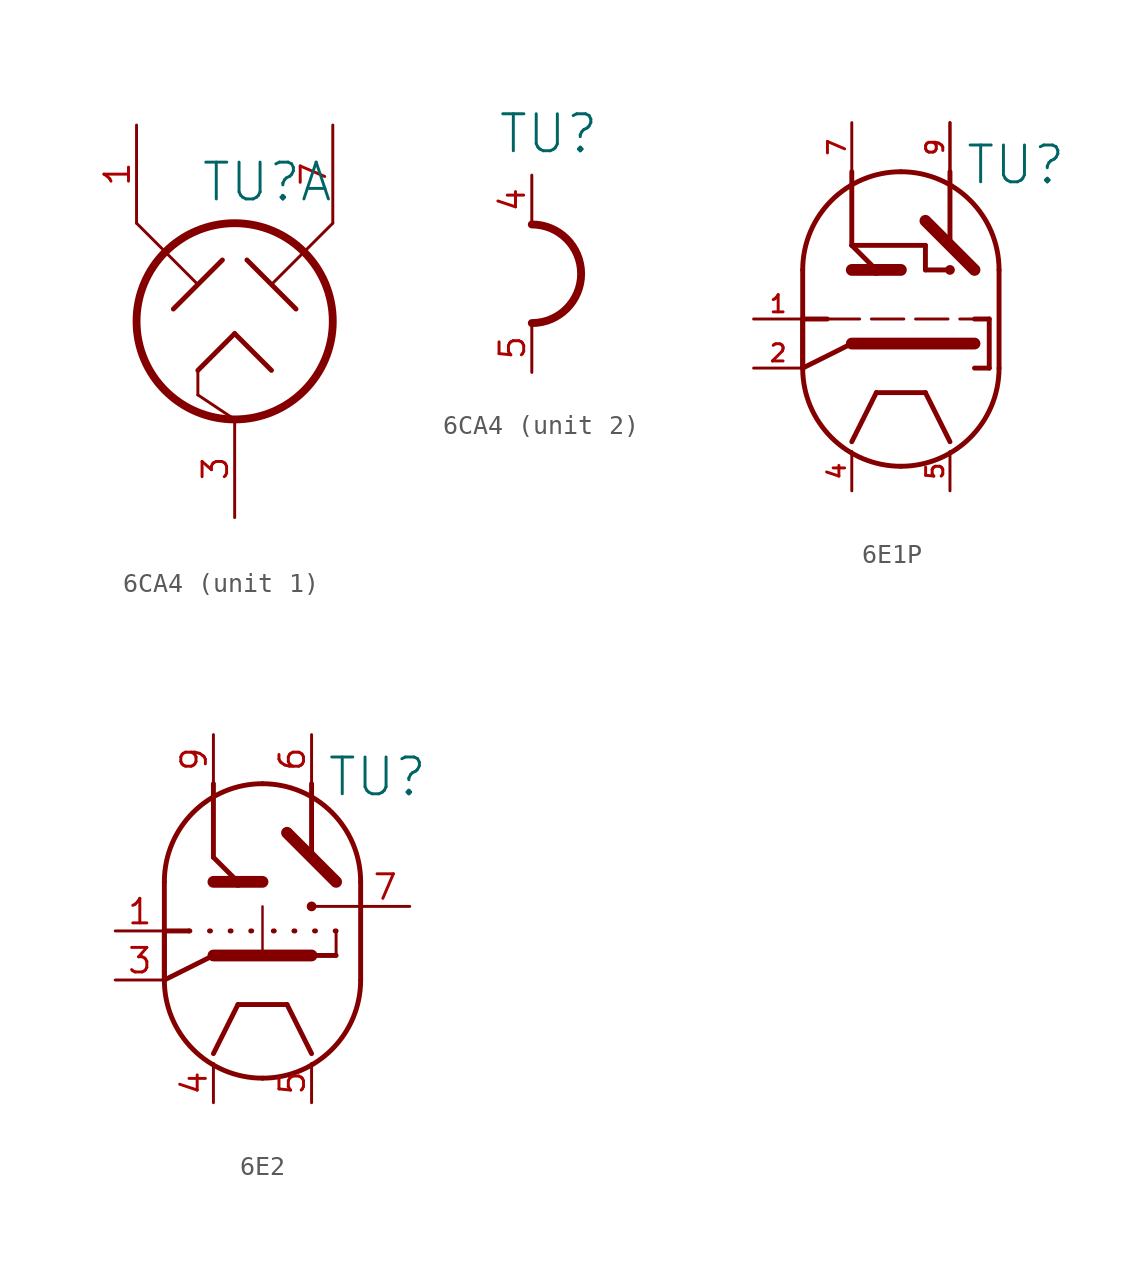
<source format=kicad_sym>
(kicad_symbol_lib
  (version 20231120)
  (generator "kicad_symbol_editor")
  (generator_version "8.0")
  (symbol "6CA4"
    (pin_names hide)
    (property "Reference" "TU"
      (at -1.778 6.096 0)
      (effects (font (size 1.905 1.905)) (justify left bottom)))
    (property "ki_locked" ""
      (at 0 0 0)
      (effects (font (size 1.27 1.27))))
    (symbol "6CA4_1_0"
      (polyline (pts (xy -5.08 5.08) (xy -1.905 1.905)) (stroke (width 0.152) (type solid)) (fill (type none)))
      (polyline (pts (xy -3.175 0.635) (xy -0.635 3.175)) (stroke (width 0.254) (type solid)) (fill (type none)))
      (polyline (pts (xy -1.905 -3.81) (xy 0 -5.08)) (stroke (width 0.152) (type solid)) (fill (type none)))
      (polyline (pts (xy -1.905 -2.54) (xy -1.905 -3.81)) (stroke (width 0.152) (type solid)) (fill (type none)))
      (polyline (pts (xy -1.905 -2.54) (xy 0 -0.635)) (stroke (width 0.254) (type solid)) (fill (type none)))
      (polyline (pts (xy 0 -0.635) (xy 1.905 -2.54)) (stroke (width 0.254) (type solid)) (fill (type none)))
      (polyline (pts (xy 1.905 1.905) (xy 5.08 5.08)) (stroke (width 0.152) (type solid)) (fill (type none)))
      (polyline (pts (xy 3.175 0.635) (xy 0.635 3.175)) (stroke (width 0.254) (type solid)) (fill (type none)))
      (circle (center 0 0) (radius 5.08) (stroke (width 0.406) (type solid)) (fill (type none)))
      (pin power_in line (at -5.08 10.16 270) (length 5.08) (name "TA1" (effects (font (size 1.27 1.27)))) (number "1" (effects (font (size 1.27 1.27)))))
      (pin power_out line (at 0 -10.16 90) (length 5.08) (name "TK" (effects (font (size 1.27 1.27)))) (number "3" (effects (font (size 1.27 1.27)))))
      (pin power_in line (at 5.08 10.16 270) (length 5.08) (name "TA2" (effects (font (size 1.27 1.27)))) (number "7" (effects (font (size 1.27 1.27))))))
    (symbol "6CA4_2_0"
      (arc (start 0 -2.54) (mid 2.54 0) (end 0 2.54) (stroke (width 0.4064) (type solid)) (fill (type none)))
      (pin power_in line (at 0 5.08 270) (length 2.54) (name "H1" (effects (font (size 0 0)))) (number "4" (effects (font (size 1.27 1.27)))))
      (pin power_in line (at 0 -5.08 90) (length 2.54) (name "H2" (effects (font (size 0 0)))) (number "5" (effects (font (size 1.27 1.27)))))))
  (symbol "6E1P"
    (pin_names hide)
    (property "Reference" "TU"
      (at 3.302 6.858 0)
      (effects (font (size 1.905 1.905)) (justify left bottom)))
    (symbol "6E1P_0_1"
      (polyline (pts (xy -3.81 0) (xy 3.81 0)) (stroke (width 0) (type dash)) (fill (type none))))
    (symbol "6E1P_1_0"
      (polyline (pts (xy -5.08 -2.54) (xy -2.54 -1.27)) (stroke (width 0.254) (type solid)) (fill (type none)))
      (polyline (pts (xy -5.08 0) (xy -5.08 -2.54)) (stroke (width 0.254) (type solid)) (fill (type none)))
      (polyline (pts (xy -5.08 0) (xy -3.81 0)) (stroke (width 0.254) (type solid)) (fill (type none)))
      (polyline (pts (xy -5.08 2.54) (xy -5.08 -2.54)) (stroke (width 0.254) (type solid)) (fill (type none)))
      (polyline (pts (xy -2.54 -6.35) (xy -1.27 -3.81)) (stroke (width 0.254) (type solid)) (fill (type none)))
      (polyline (pts (xy -2.54 -1.27) (xy 3.81 -1.27)) (stroke (width 0.61) (type solid)) (fill (type none)))
      (polyline (pts (xy -2.54 2.54) (xy -1.27 2.54)) (stroke (width 0.61) (type solid)) (fill (type none)))
      (polyline (pts (xy -2.54 3.81) (xy -2.54 7.62)) (stroke (width 0.254) (type solid)) (fill (type none)))
      (polyline (pts (xy -2.54 3.81) (xy 1.27 3.81)) (stroke (width 0.254) (type solid)) (fill (type none)))
      (polyline (pts (xy -1.27 -3.81) (xy 1.27 -3.81)) (stroke (width 0.254) (type solid)) (fill (type none)))
      (polyline (pts (xy -1.27 2.54) (xy -2.54 3.81)) (stroke (width 0.254) (type solid)) (fill (type none)))
      (polyline (pts (xy -1.27 2.54) (xy 0 2.54)) (stroke (width 0.61) (type solid)) (fill (type none)))
      (polyline (pts (xy 1.27 -3.81) (xy 2.54 -6.35)) (stroke (width 0.254) (type solid)) (fill (type none)))
      (polyline (pts (xy 1.27 2.54) (xy 2.54 2.54)) (stroke (width 0.254) (type solid)) (fill (type none)))
      (polyline (pts (xy 1.27 3.81) (xy 1.27 2.54)) (stroke (width 0.254) (type solid)) (fill (type none)))
      (polyline (pts (xy 1.27 5.08) (xy 3.81 2.54)) (stroke (width 0.61) (type solid)) (fill (type none)))
      (polyline (pts (xy 2.54 7.62) (xy 2.54 3.81)) (stroke (width 0.254) (type solid)) (fill (type none)))
      (polyline (pts (xy 3.81 -2.54) (xy 4.572 -2.54)) (stroke (width 0.254) (type solid)) (fill (type none)))
      (polyline (pts (xy 4.572 -2.54) (xy 4.572 0)) (stroke (width 0.254) (type solid)) (fill (type none)))
      (polyline (pts (xy 4.572 0) (xy 3.81 0)) (stroke (width 0.254) (type solid)) (fill (type none)))
      (polyline (pts (xy 5.08 2.54) (xy 5.08 -2.54)) (stroke (width 0.254) (type solid)) (fill (type none)))
      (circle (center 2.54 2.54) (radius 0.127) (stroke (width 0.254) (type solid)) (fill (type none)))
      (pin input line (at -7.62 0 0) (length 2.54) (name "G" (effects (font (size 0.889 0.889)))) (number "1" (effects (font (size 0.889 0.889)))))
      (pin bidirectional line (at -7.62 -2.54 0) (length 2.54) (name "K" (effects (font (size 0.889 0.889)))) (number "2" (effects (font (size 0.889 0.889)))))
      (pin power_in line (at -2.54 -8.89 90) (length 2.032) (name "FIL2" (effects (font (size 0.889 0.889)))) (number "4" (effects (font (size 0.889 0.889)))))
      (pin power_in line (at 2.54 -8.89 90) (length 2.032) (name "FIL1" (effects (font (size 0.889 0.889)))) (number "5" (effects (font (size 0.889 0.889)))))
      (pin bidirectional line (at -2.54 10.16 270) (length 2.54) (name "A" (effects (font (size 0.889 0.889)))) (number "7" (effects (font (size 0.889 0.889)))))
      (pin input line (at 2.54 10.16 270) (length 2.54) (name "PA" (effects (font (size 0 0)))) (number "9" (effects (font (size 0 0)))))
      (pin input line (at 2.54 10.16 270) (length 2.54) (name "PA" (effects (font (size 0.889 0.889)))) (number "9" (effects (font (size 0.889 0.889))))))
    (symbol "6E1P_1_1"
      (arc (start -5.08 -2.54) (mid -3.5921 -6.1321) (end 0 -7.62) (stroke (width 0.254) (type default)) (fill (type none)))
      (arc (start 0 -7.62) (mid 3.5921 -6.1321) (end 5.08 -2.54) (stroke (width 0.254) (type default)) (fill (type none)))
      (arc (start 0 7.62) (mid -3.5921 6.1321) (end -5.08 2.54) (stroke (width 0.254) (type default)) (fill (type none)))
      (arc (start 5.08 2.54) (mid 3.5921 6.1321) (end 0 7.62) (stroke (width 0.254) (type default)) (fill (type none)))))
  (symbol "6E2"
    (pin_names hide)
    (property "Reference" "TU"
      (at 3.302 6.858 0)
      (effects (font (size 1.905 1.905)) (justify left bottom)))
    (symbol "6E2_0_1"
      (polyline (pts (xy 2.54 1.27) (xy 5.08 1.27)) (stroke (width 0) (type default)) (fill (type none)))
      (polyline (pts (xy 3.81 0) (xy 0 0)) (stroke (width 0.254) (type dot)) (fill (type none))))
    (symbol "6E2_1_0"
      (polyline (pts (xy -5.08 -2.54) (xy -2.54 -1.27)) (stroke (width 0.254) (type solid)) (fill (type none)))
      (polyline (pts (xy -5.08 0) (xy -5.08 -2.54)) (stroke (width 0.254) (type solid)) (fill (type none)))
      (polyline (pts (xy -5.08 0) (xy -3.81 0)) (stroke (width 0.254) (type solid)) (fill (type none)))
      (polyline (pts (xy -5.08 2.54) (xy -5.08 -2.54)) (stroke (width 0.254) (type solid)) (fill (type none)))
      (polyline (pts (xy -2.54 -6.35) (xy -1.27 -3.81)) (stroke (width 0.254) (type solid)) (fill (type none)))
      (polyline (pts (xy -2.54 -1.27) (xy 2.54 -1.27)) (stroke (width 0.61) (type solid)) (fill (type none)))
      (polyline (pts (xy -2.54 2.54) (xy -1.27 2.54)) (stroke (width 0.61) (type solid)) (fill (type none)))
      (polyline (pts (xy -2.54 3.81) (xy -2.54 7.62)) (stroke (width 0.254) (type solid)) (fill (type none)))
      (polyline (pts (xy -1.27 -3.81) (xy 1.27 -3.81)) (stroke (width 0.254) (type solid)) (fill (type none)))
      (polyline (pts (xy -1.27 2.54) (xy -2.54 3.81)) (stroke (width 0.254) (type solid)) (fill (type none)))
      (polyline (pts (xy -1.27 2.54) (xy 0 2.54)) (stroke (width 0.61) (type solid)) (fill (type none)))
      (polyline (pts (xy 1.27 -3.81) (xy 2.54 -6.35)) (stroke (width 0.254) (type solid)) (fill (type none)))
      (polyline (pts (xy 1.27 5.08) (xy 3.81 2.54)) (stroke (width 0.61) (type solid)) (fill (type none)))
      (polyline (pts (xy 2.54 7.62) (xy 2.54 3.81)) (stroke (width 0.254) (type solid)) (fill (type none)))
      (polyline (pts (xy 3.81 -1.27) (xy 2.54 -1.27)) (stroke (width 0.254) (type solid)) (fill (type none)))
      (polyline (pts (xy 5.08 2.54) (xy 5.08 -2.54)) (stroke (width 0.254) (type solid)) (fill (type none)))
      (circle (center 2.54 1.27) (radius 0.127) (stroke (width 0.254) (type solid)) (fill (type none)))
      (pin input line (at -7.62 0 0) (length 2.54) (name "Grid" (effects (font (size 1.27 1.27)))) (number "1" (effects (font (size 1.27 1.27)))))
      (pin bidirectional line (at -7.62 -2.54 0) (length 2.54) (name "Cathode" (effects (font (size 1.27 1.27)))) (number "3" (effects (font (size 1.27 1.27)))))
      (pin power_in line (at -2.54 -8.89 90) (length 2.032) (name "Fil1" (effects (font (size 1.27 1.27)))) (number "4" (effects (font (size 1.27 1.27)))))
      (pin power_in line (at 2.54 -8.89 90) (length 2.032) (name "Fil2" (effects (font (size 1.27 1.27)))) (number "5" (effects (font (size 1.27 1.27)))))
      (pin input line (at 2.54 10.16 270) (length 2.54) (name "Reflektor" (effects (font (size 1.27 1.27)))) (number "6" (effects (font (size 1.27 1.27)))))
      (pin input line (at 7.62 1.27 180) (length 2.54) (name "P$5" (effects (font (size 1.27 1.27)))) (number "7" (effects (font (size 1.27 1.27)))))
      (pin bidirectional line (at -2.54 10.16 270) (length 2.54) (name "Anode" (effects (font (size 1.27 1.27)))) (number "9" (effects (font (size 1.27 1.27))))))
    (symbol "6E2_1_1"
      (arc (start -5.08 -2.54) (mid -3.5921 -6.1321) (end 0 -7.62) (stroke (width 0.254) (type default)) (fill (type none)))
      (arc (start 0 -7.62) (mid 3.5921 -6.1321) (end 5.08 -2.54) (stroke (width 0.254) (type default)) (fill (type none)))
      (polyline (pts (xy -3.81 0) (xy 0 0)) (stroke (width 0.254) (type dot)) (fill (type none)))
      (polyline (pts (xy 0 -1.27) (xy 0 1.27)) (stroke (width 0.127) (type default)) (fill (type none)))
      (polyline (pts (xy 3.81 0) (xy 3.81 -1.27)) (stroke (width 0) (type default)) (fill (type none)))
      (arc (start 0 7.62) (mid -3.5921 6.1321) (end -5.08 2.54) (stroke (width 0.254) (type default)) (fill (type none)))
      (arc (start 5.08 2.54) (mid 3.5921 6.1321) (end 0 7.62) (stroke (width 0.254) (type default)) (fill (type none))))))
</source>
